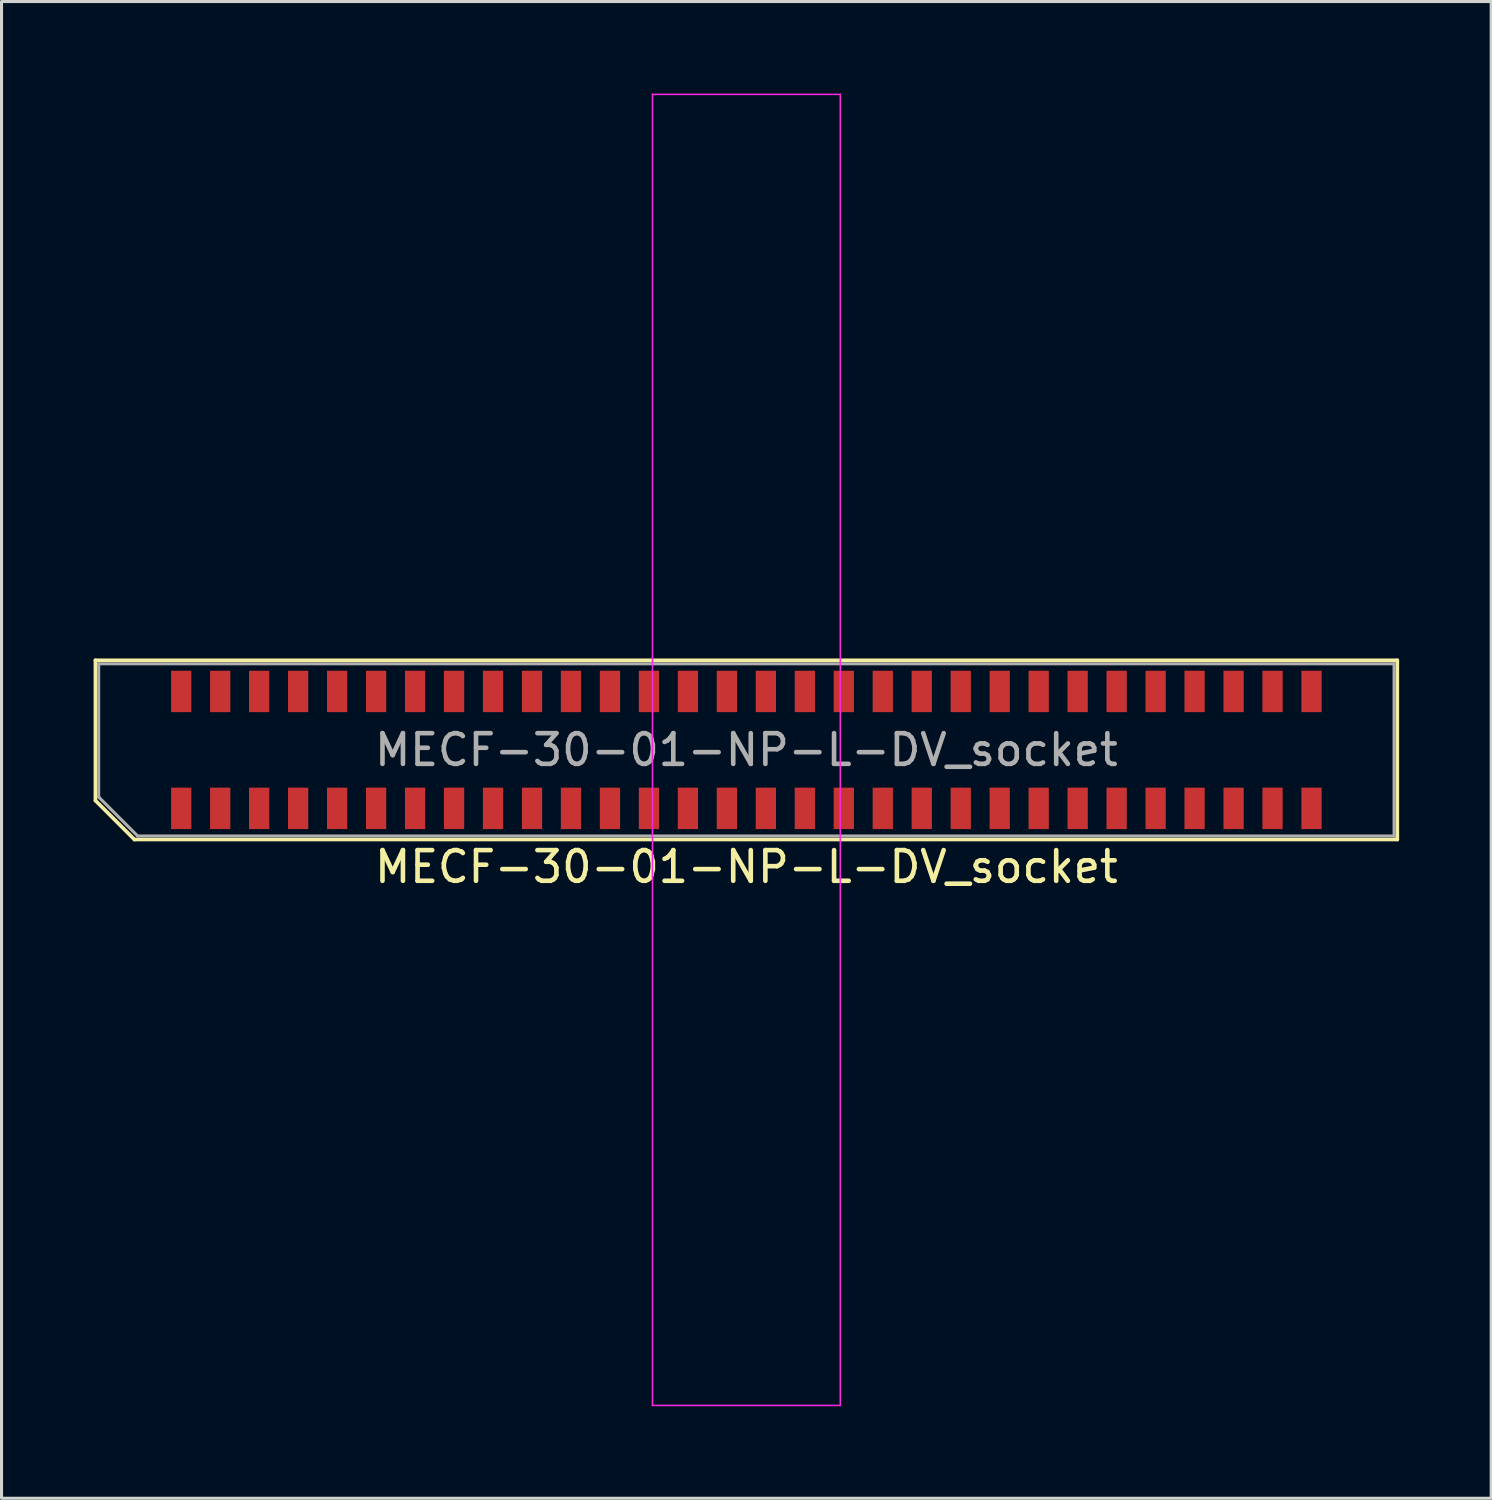
<source format=kicad_pcb>
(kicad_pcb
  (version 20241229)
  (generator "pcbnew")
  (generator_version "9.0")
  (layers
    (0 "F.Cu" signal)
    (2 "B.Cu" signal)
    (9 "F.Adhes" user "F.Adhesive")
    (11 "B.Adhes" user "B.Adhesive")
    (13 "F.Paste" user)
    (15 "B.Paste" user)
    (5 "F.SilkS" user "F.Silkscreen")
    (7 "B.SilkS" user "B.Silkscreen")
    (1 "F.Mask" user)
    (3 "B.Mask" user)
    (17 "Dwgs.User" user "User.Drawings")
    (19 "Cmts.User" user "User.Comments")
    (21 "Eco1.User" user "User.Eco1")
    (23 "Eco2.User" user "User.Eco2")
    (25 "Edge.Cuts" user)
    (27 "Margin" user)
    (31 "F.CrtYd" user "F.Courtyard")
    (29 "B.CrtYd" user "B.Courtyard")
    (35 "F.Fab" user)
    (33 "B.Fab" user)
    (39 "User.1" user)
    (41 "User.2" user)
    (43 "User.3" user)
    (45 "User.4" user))
  (footprint "MECF-30-01-NP-L-DV_socket"
    (layer "F.Cu")
    (at 21.27 21.385)
    (property "Reference" "MECF-30-01-NP-L-DV_socket" (at 0 3.81 0) (layer "F.SilkS") (effects (font (size 1 1) (thickness 0.15))))
    (attr smd)
    (fp_line (start -21.21 -2.92) (end 21.21 -2.92) (stroke (width 0.12) (type solid)) (layer "F.SilkS"))
    (fp_line (start -21.21 1.65) (end -21.21 -2.92) (stroke (width 0.12) (type solid)) (layer "F.SilkS"))
    (fp_line (start -19.94 2.92) (end -21.21 1.65) (stroke (width 0.12) (type solid)) (layer "F.SilkS"))
    (fp_line (start -19.94 2.92) (end 21.21 2.92) (stroke (width 0.12) (type solid)) (layer "F.SilkS"))
    (fp_line (start 21.21 2.92) (end 21.21 -2.92) (stroke (width 0.12) (type solid)) (layer "F.SilkS"))
    (fp_line (start -3.06 -21.36) (end -3.06 21.36) (stroke (width 0.05) (type solid)) (layer "F.CrtYd"))
    (fp_line (start -3.06 21.36) (end 3.06 21.36) (stroke (width 0.05) (type solid)) (layer "F.CrtYd"))
    (fp_line (start 3.06 -21.36) (end -3.06 -21.36) (stroke (width 0.05) (type solid)) (layer "F.CrtYd"))
    (fp_line (start 3.06 21.36) (end 3.06 -21.36) (stroke (width 0.05) (type solid)) (layer "F.CrtYd"))
    (fp_line (start -21.105 -2.805) (end 21.105 -2.805) (stroke (width 0.1) (type solid)) (layer "F.Fab"))
    (fp_line (start -21.105 1.535) (end -21.105 -2.805) (stroke (width 0.1) (type solid)) (layer "F.Fab"))
    (fp_line (start -21.105 1.535) (end -19.835 2.805) (stroke (width 0.1) (type solid)) (layer "F.Fab"))
    (fp_line (start -19.835 2.805) (end 21.105 2.805) (stroke (width 0.1) (type solid)) (layer "F.Fab"))
    (fp_line (start 21.105 2.805) (end 21.105 -2.805) (stroke (width 0.1) (type solid)) (layer "F.Fab"))
    (fp_text user "${REFERENCE}" (at 0 0 0) (layer "F.Fab") (effects (font (size 1 1) (thickness 0.15))))
    (pad "" np_thru_hole circle (at -20.195 0) (size 0.001 0.001) (drill 1.45) (layers "*.Cu" "*.Mask"))
    (pad "" np_thru_hole circle (at 20.195 1) (size 0.001 0.001) (drill 1.45) (layers "*.Cu" "*.Mask"))
    (pad "1" smd rect (at -18.415 1.905) (size 0.66 1.35) (layers "F.Cu" "F.Mask" "F.Paste"))
    (pad "2" smd rect (at -18.415 -1.905) (size 0.66 1.35) (layers "F.Cu" "F.Mask" "F.Paste"))
    (pad "3" smd rect (at -17.145 1.905) (size 0.66 1.35) (layers "F.Cu" "F.Mask" "F.Paste"))
    (pad "4" smd rect (at -17.145 -1.905) (size 0.66 1.35) (layers "F.Cu" "F.Mask" "F.Paste"))
    (pad "5" smd rect (at -15.875 1.905) (size 0.66 1.35) (layers "F.Cu" "F.Mask" "F.Paste"))
    (pad "6" smd rect (at -15.875 -1.905) (size 0.66 1.35) (layers "F.Cu" "F.Mask" "F.Paste"))
    (pad "7" smd rect (at -14.605 1.905) (size 0.66 1.35) (layers "F.Cu" "F.Mask" "F.Paste"))
    (pad "8" smd rect (at -14.605 -1.905) (size 0.66 1.35) (layers "F.Cu" "F.Mask" "F.Paste"))
    (pad "9" smd rect (at -13.335 1.905) (size 0.66 1.35) (layers "F.Cu" "F.Mask" "F.Paste"))
    (pad "10" smd rect (at -13.335 -1.905) (size 0.66 1.35) (layers "F.Cu" "F.Mask" "F.Paste"))
    (pad "11" smd rect (at -12.065 1.905) (size 0.66 1.35) (layers "F.Cu" "F.Mask" "F.Paste"))
    (pad "12" smd rect (at -12.065 -1.905) (size 0.66 1.35) (layers "F.Cu" "F.Mask" "F.Paste"))
    (pad "13" smd rect (at -10.795 1.905) (size 0.66 1.35) (layers "F.Cu" "F.Mask" "F.Paste"))
    (pad "14" smd rect (at -10.795 -1.905) (size 0.66 1.35) (layers "F.Cu" "F.Mask" "F.Paste"))
    (pad "15" smd rect (at -9.525 1.905) (size 0.66 1.35) (layers "F.Cu" "F.Mask" "F.Paste"))
    (pad "16" smd rect (at -9.525 -1.905) (size 0.66 1.35) (layers "F.Cu" "F.Mask" "F.Paste"))
    (pad "17" smd rect (at -8.255 1.905) (size 0.66 1.35) (layers "F.Cu" "F.Mask" "F.Paste"))
    (pad "18" smd rect (at -8.255 -1.905) (size 0.66 1.35) (layers "F.Cu" "F.Mask" "F.Paste"))
    (pad "19" smd rect (at -6.985 1.905) (size 0.66 1.35) (layers "F.Cu" "F.Mask" "F.Paste"))
    (pad "20" smd rect (at -6.985 -1.905) (size 0.66 1.35) (layers "F.Cu" "F.Mask" "F.Paste"))
    (pad "21" smd rect (at -5.715 1.905) (size 0.66 1.35) (layers "F.Cu" "F.Mask" "F.Paste"))
    (pad "22" smd rect (at -5.715 -1.905) (size 0.66 1.35) (layers "F.Cu" "F.Mask" "F.Paste"))
    (pad "23" smd rect (at -4.445 1.905) (size 0.66 1.35) (layers "F.Cu" "F.Mask" "F.Paste"))
    (pad "24" smd rect (at -4.445 -1.905) (size 0.66 1.35) (layers "F.Cu" "F.Mask" "F.Paste"))
    (pad "25" smd rect (at -3.175 1.905) (size 0.66 1.35) (layers "F.Cu" "F.Mask" "F.Paste"))
    (pad "26" smd rect (at -3.175 -1.905) (size 0.66 1.35) (layers "F.Cu" "F.Mask" "F.Paste"))
    (pad "27" smd rect (at -1.905 1.905) (size 0.66 1.35) (layers "F.Cu" "F.Mask" "F.Paste"))
    (pad "28" smd rect (at -1.905 -1.905) (size 0.66 1.35) (layers "F.Cu" "F.Mask" "F.Paste"))
    (pad "29" smd rect (at -0.635 1.905) (size 0.66 1.35) (layers "F.Cu" "F.Mask" "F.Paste"))
    (pad "30" smd rect (at -0.635 -1.905) (size 0.66 1.35) (layers "F.Cu" "F.Mask" "F.Paste"))
    (pad "31" smd rect (at 0.635 1.905) (size 0.66 1.35) (layers "F.Cu" "F.Mask" "F.Paste"))
    (pad "32" smd rect (at 0.635 -1.905) (size 0.66 1.35) (layers "F.Cu" "F.Mask" "F.Paste"))
    (pad "33" smd rect (at 1.905 1.905) (size 0.66 1.35) (layers "F.Cu" "F.Mask" "F.Paste"))
    (pad "34" smd rect (at 1.905 -1.905) (size 0.66 1.35) (layers "F.Cu" "F.Mask" "F.Paste"))
    (pad "35" smd rect (at 3.175 1.905) (size 0.66 1.35) (layers "F.Cu" "F.Mask" "F.Paste"))
    (pad "36" smd rect (at 3.175 -1.905) (size 0.66 1.35) (layers "F.Cu" "F.Mask" "F.Paste"))
    (pad "37" smd rect (at 4.445 1.905) (size 0.66 1.35) (layers "F.Cu" "F.Mask" "F.Paste"))
    (pad "38" smd rect (at 4.445 -1.905) (size 0.66 1.35) (layers "F.Cu" "F.Mask" "F.Paste"))
    (pad "39" smd rect (at 5.715 1.905) (size 0.66 1.35) (layers "F.Cu" "F.Mask" "F.Paste"))
    (pad "40" smd rect (at 5.715 -1.905) (size 0.66 1.35) (layers "F.Cu" "F.Mask" "F.Paste"))
    (pad "41" smd rect (at 6.985 1.905) (size 0.66 1.35) (layers "F.Cu" "F.Mask" "F.Paste"))
    (pad "42" smd rect (at 6.985 -1.905) (size 0.66 1.35) (layers "F.Cu" "F.Mask" "F.Paste"))
    (pad "43" smd rect (at 8.255 1.905) (size 0.66 1.35) (layers "F.Cu" "F.Mask" "F.Paste"))
    (pad "44" smd rect (at 8.255 -1.905) (size 0.66 1.35) (layers "F.Cu" "F.Mask" "F.Paste"))
    (pad "45" smd rect (at 9.525 1.905) (size 0.66 1.35) (layers "F.Cu" "F.Mask" "F.Paste"))
    (pad "46" smd rect (at 9.525 -1.905) (size 0.66 1.35) (layers "F.Cu" "F.Mask" "F.Paste"))
    (pad "47" smd rect (at 10.795 1.905) (size 0.66 1.35) (layers "F.Cu" "F.Mask" "F.Paste"))
    (pad "48" smd rect (at 10.795 -1.905) (size 0.66 1.35) (layers "F.Cu" "F.Mask" "F.Paste"))
    (pad "49" smd rect (at 12.065 1.905) (size 0.66 1.35) (layers "F.Cu" "F.Mask" "F.Paste"))
    (pad "50" smd rect (at 12.065 -1.905) (size 0.66 1.35) (layers "F.Cu" "F.Mask" "F.Paste"))
    (pad "51" smd rect (at 13.335 1.905) (size 0.66 1.35) (layers "F.Cu" "F.Mask" "F.Paste"))
    (pad "52" smd rect (at 13.335 -1.905) (size 0.66 1.35) (layers "F.Cu" "F.Mask" "F.Paste"))
    (pad "53" smd rect (at 14.605 1.905) (size 0.66 1.35) (layers "F.Cu" "F.Mask" "F.Paste"))
    (pad "54" smd rect (at 14.605 -1.905) (size 0.66 1.35) (layers "F.Cu" "F.Mask" "F.Paste"))
    (pad "55" smd rect (at 15.875 1.905) (size 0.66 1.35) (layers "F.Cu" "F.Mask" "F.Paste"))
    (pad "56" smd rect (at 15.875 -1.905) (size 0.66 1.35) (layers "F.Cu" "F.Mask" "F.Paste"))
    (pad "57" smd rect (at 17.145 1.905) (size 0.66 1.35) (layers "F.Cu" "F.Mask" "F.Paste"))
    (pad "58" smd rect (at 17.145 -1.905) (size 0.66 1.35) (layers "F.Cu" "F.Mask" "F.Paste"))
    (pad "59" smd rect (at 18.415 1.905) (size 0.66 1.35) (layers "F.Cu" "F.Mask" "F.Paste"))
    (pad "60" smd rect (at 18.415 -1.905) (size 0.66 1.35) (layers "F.Cu" "F.Mask" "F.Paste")))
  (gr_rect
    (start -3 -3)
    (end 45.54 45.77)
    (stroke (width 0.1) (type default))
    (fill no)
    (layer "Edge.Cuts")))
</source>
